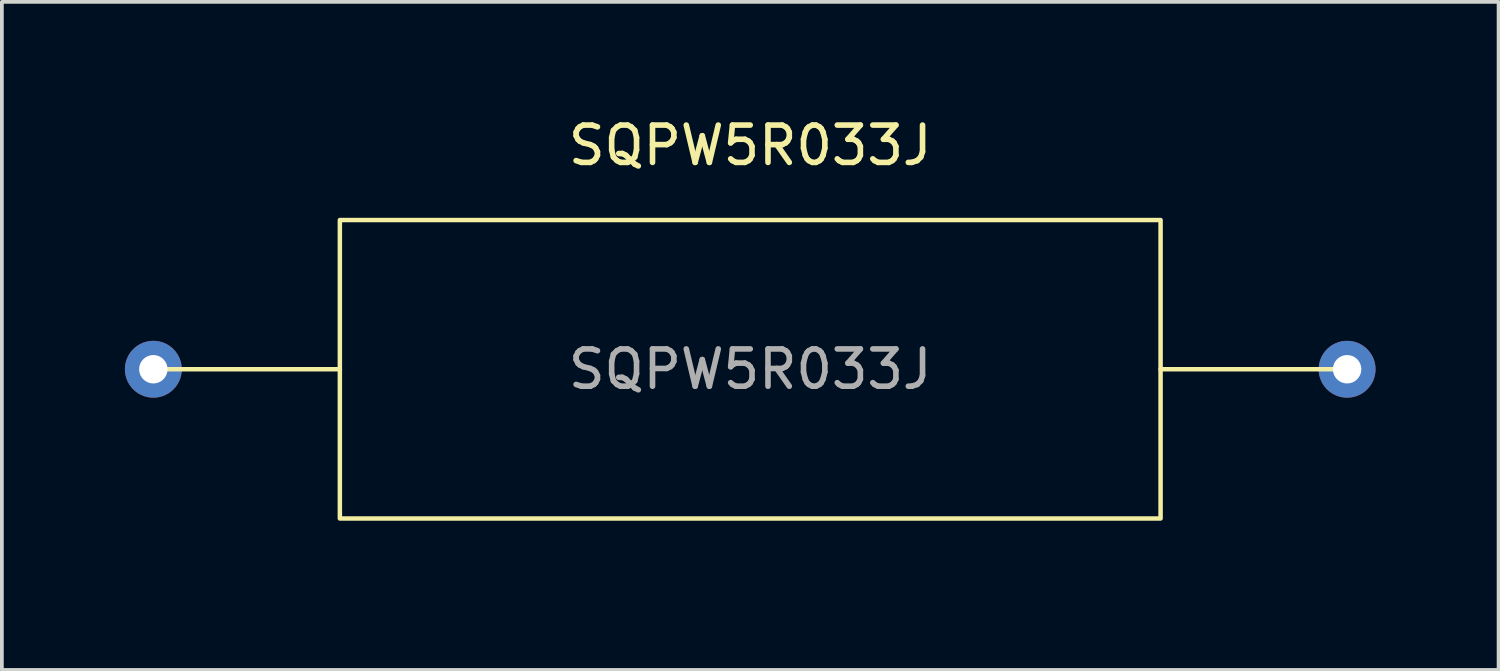
<source format=kicad_pcb>
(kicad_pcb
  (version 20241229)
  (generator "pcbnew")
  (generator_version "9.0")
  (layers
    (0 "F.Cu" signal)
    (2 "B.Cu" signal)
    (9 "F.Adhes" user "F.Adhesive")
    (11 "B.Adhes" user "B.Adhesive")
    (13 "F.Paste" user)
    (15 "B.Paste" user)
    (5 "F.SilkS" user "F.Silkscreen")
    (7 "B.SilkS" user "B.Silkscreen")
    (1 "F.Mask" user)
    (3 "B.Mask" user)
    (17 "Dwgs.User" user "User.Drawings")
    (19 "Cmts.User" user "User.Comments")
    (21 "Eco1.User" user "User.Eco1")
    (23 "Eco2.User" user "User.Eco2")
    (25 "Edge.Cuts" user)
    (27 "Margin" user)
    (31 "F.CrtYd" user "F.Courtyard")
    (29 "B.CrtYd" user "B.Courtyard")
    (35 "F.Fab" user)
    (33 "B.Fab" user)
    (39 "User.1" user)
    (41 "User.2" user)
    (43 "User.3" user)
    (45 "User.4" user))
  (footprint "SQPW5R033J"
    (layer "F.Cu")
    (at 17.06 6.848)
    (property "Reference" "SQPW5R033J" (at 0 -6 0) (unlocked yes) (layer "F.SilkS") (effects (font (size 1 1) (thickness 0.15))))
    (attr through_hole)
    (fp_line (start -11 0) (end -16 0) (stroke (width 0.12) (type solid)) (layer "F.SilkS"))
    (fp_line (start 11 0) (end 16 0) (stroke (width 0.12) (type solid)) (layer "F.SilkS"))
    (fp_rect (start -11 -4) (end 11 4) (stroke (width 0.12) (type solid)) (fill no) (layer "F.SilkS"))
    (fp_rect (start -17 5) (end 17 -5) (stroke (width 0.12) (type solid)) (fill no) (layer "Margin"))
    (fp_text user "${REFERENCE}" (at 0 0 0) (unlocked yes) (layer "F.Fab") (effects (font (size 1 1) (thickness 0.15))))
    (pad "1" thru_hole circle (at 16 0) (size 1.524 1.524) (drill 0.762) (layers "*.Cu" "*.Mask"))
    (pad "2" thru_hole circle (at -16 0) (size 1.524 1.524) (drill 0.762) (layers "*.Cu" "*.Mask")))
  (gr_rect
    (start -3 -3)
    (end 37.12 14.908)
    (stroke (width 0.1) (type default))
    (fill no)
    (layer "Edge.Cuts")))
</source>
